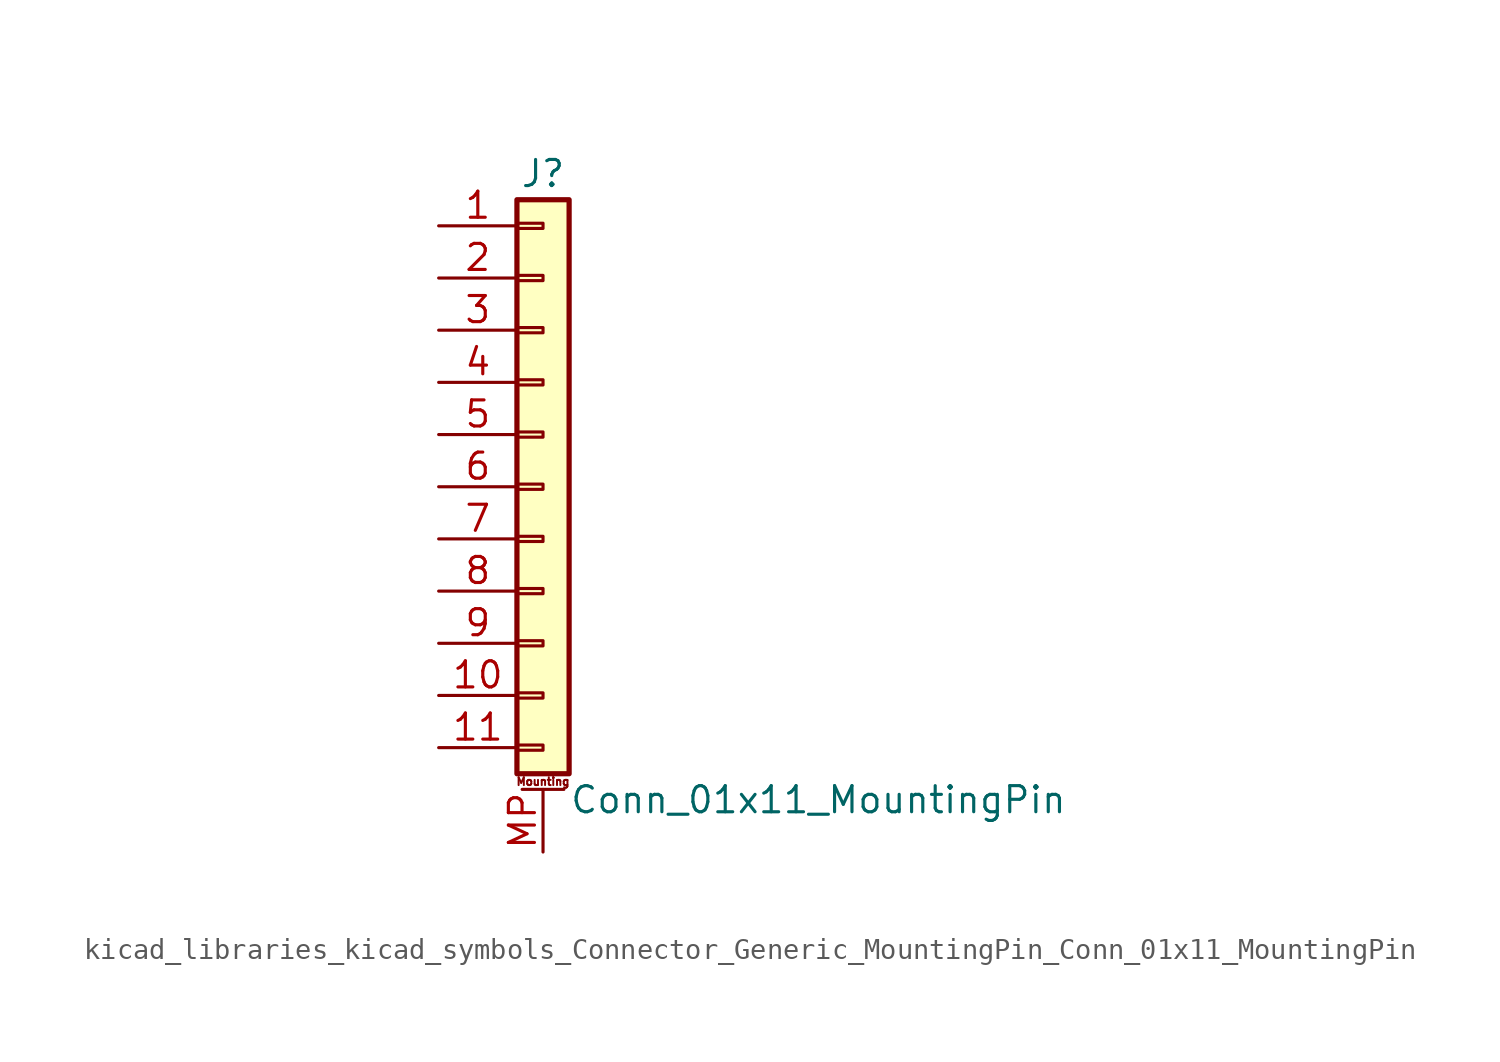
<source format=kicad_sym>
(kicad_symbol_lib
  (version 20220914)
  (generator kicad_symbol_editor)
  (symbol "kicad_libraries_kicad_symbols_Connector_Generic_MountingPin_Conn_01x11_MountingPin"
    (pin_names
      (offset 1.016) hide)
    (property "Reference" "J"
      (at 0 15.24 0)
      (effects (font (size 1.27 1.27))))
    (property "Value" "Conn_01x11_MountingPin"
      (at 1.27 -15.24 0)
      (effects (font (size 1.27 1.27)) (justify left)))
    (symbol "kicad_libraries_kicad_symbols_Connector_Generic_MountingPin_Conn_01x11_MountingPin_1_1"
      (rectangle (start -1.27 -12.573) (end 0 -12.827) (stroke (width 0.152) (type default)) (fill (type none)))
      (rectangle (start -1.27 -10.033) (end 0 -10.287) (stroke (width 0.152) (type default)) (fill (type none)))
      (rectangle (start -1.27 -7.493) (end 0 -7.747) (stroke (width 0.152) (type default)) (fill (type none)))
      (rectangle (start -1.27 -4.953) (end 0 -5.207) (stroke (width 0.152) (type default)) (fill (type none)))
      (rectangle (start -1.27 -2.413) (end 0 -2.667) (stroke (width 0.152) (type default)) (fill (type none)))
      (rectangle (start -1.27 0.127) (end 0 -0.127) (stroke (width 0.152) (type default)) (fill (type none)))
      (rectangle (start -1.27 2.667) (end 0 2.413) (stroke (width 0.152) (type default)) (fill (type none)))
      (rectangle (start -1.27 5.207) (end 0 4.953) (stroke (width 0.152) (type default)) (fill (type none)))
      (rectangle (start -1.27 7.747) (end 0 7.493) (stroke (width 0.152) (type default)) (fill (type none)))
      (rectangle (start -1.27 10.287) (end 0 10.033) (stroke (width 0.152) (type default)) (fill (type none)))
      (rectangle (start -1.27 12.827) (end 0 12.573) (stroke (width 0.152) (type default)) (fill (type none)))
      (rectangle (start -1.27 13.97) (end 1.27 -13.97) (stroke (width 0.254) (type default)) (fill (type background)))
      (polyline (pts (xy -1.016 -14.732) (xy 1.016 -14.732)) (stroke (width 0.152) (type default)) (fill (type none)))
      (text "Mounting" (at 0 -14.351 0) (effects (font (size 0.381 0.381))))
      (pin passive line (at -5.08 12.7 0) (length 3.81) (name "Pin_1" (effects (font (size 1.27 1.27)))) (number "1" (effects (font (size 1.27 1.27)))))
      (pin passive line (at -5.08 -10.16 0) (length 3.81) (name "Pin_10" (effects (font (size 1.27 1.27)))) (number "10" (effects (font (size 1.27 1.27)))))
      (pin passive line (at -5.08 -12.7 0) (length 3.81) (name "Pin_11" (effects (font (size 1.27 1.27)))) (number "11" (effects (font (size 1.27 1.27)))))
      (pin passive line (at -5.08 10.16 0) (length 3.81) (name "Pin_2" (effects (font (size 1.27 1.27)))) (number "2" (effects (font (size 1.27 1.27)))))
      (pin passive line (at -5.08 7.62 0) (length 3.81) (name "Pin_3" (effects (font (size 1.27 1.27)))) (number "3" (effects (font (size 1.27 1.27)))))
      (pin passive line (at -5.08 5.08 0) (length 3.81) (name "Pin_4" (effects (font (size 1.27 1.27)))) (number "4" (effects (font (size 1.27 1.27)))))
      (pin passive line (at -5.08 2.54 0) (length 3.81) (name "Pin_5" (effects (font (size 1.27 1.27)))) (number "5" (effects (font (size 1.27 1.27)))))
      (pin passive line (at -5.08 0 0) (length 3.81) (name "Pin_6" (effects (font (size 1.27 1.27)))) (number "6" (effects (font (size 1.27 1.27)))))
      (pin passive line (at -5.08 -2.54 0) (length 3.81) (name "Pin_7" (effects (font (size 1.27 1.27)))) (number "7" (effects (font (size 1.27 1.27)))))
      (pin passive line (at -5.08 -5.08 0) (length 3.81) (name "Pin_8" (effects (font (size 1.27 1.27)))) (number "8" (effects (font (size 1.27 1.27)))))
      (pin passive line (at -5.08 -7.62 0) (length 3.81) (name "Pin_9" (effects (font (size 1.27 1.27)))) (number "9" (effects (font (size 1.27 1.27)))))
      (pin passive line (at 0 -17.78 90) (length 3.048) (name "MountPin" (effects (font (size 1.27 1.27)))) (number "MP" (effects (font (size 1.27 1.27))))))))
</source>
